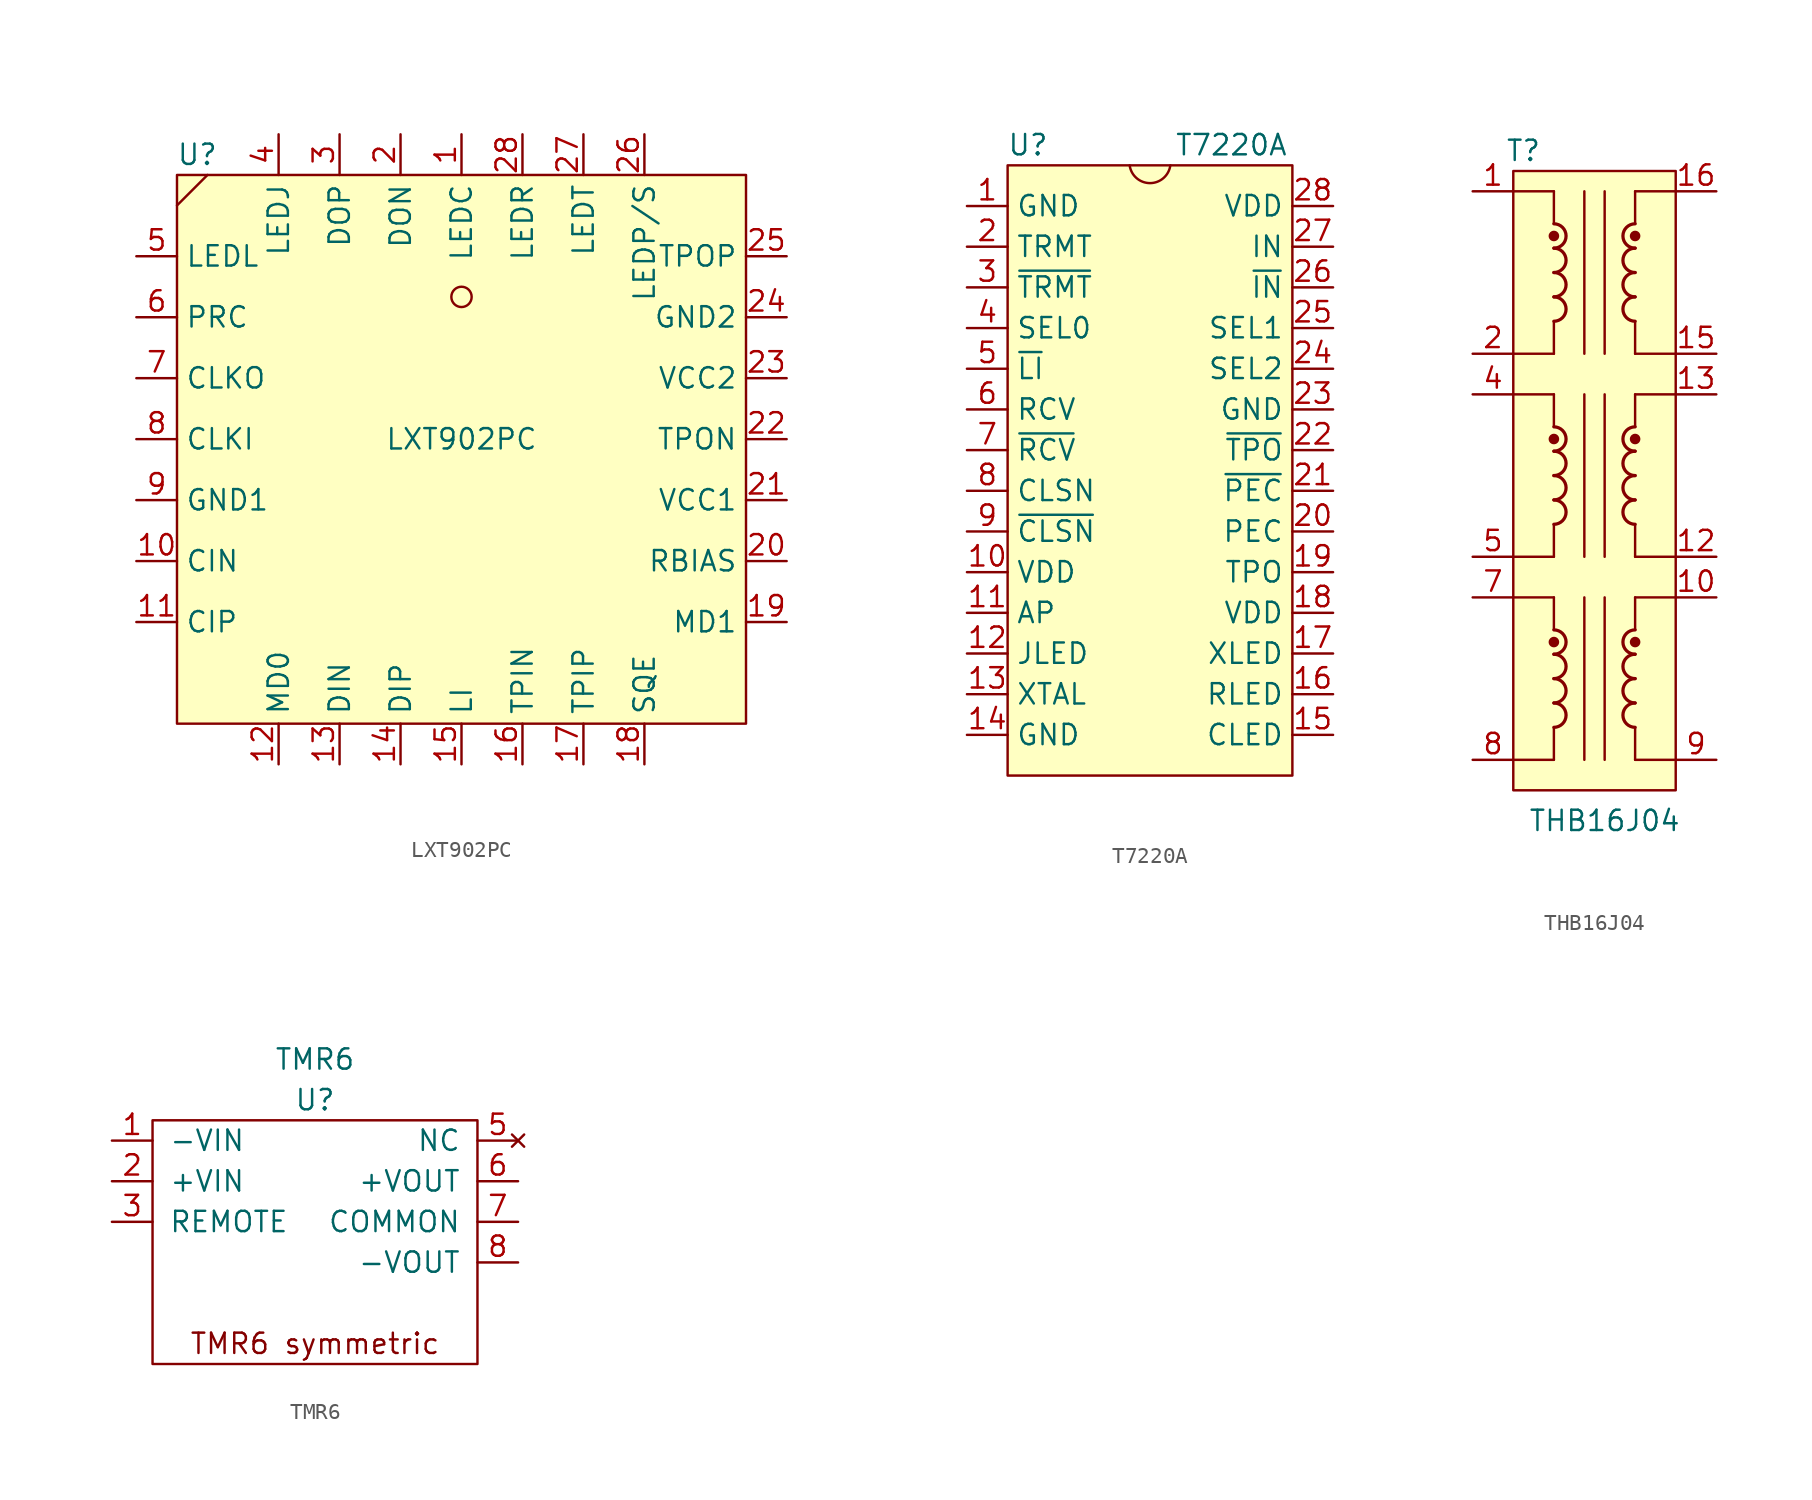
<source format=kicad_sym>
(kicad_symbol_lib
  (version 20211014)
  (generator kicad_symbol_editor)
  (symbol "LXT902PC"
    (property "Reference" "U"
      (at -16.51 1.27 0)
      (effects (font (size 1.27 1.27))))
    (property "Value" "LXT902PC"
      (at 0 -16.51 0)
      (effects (font (size 1.27 1.27))))
    (symbol "LXT902PC_0_1"
      (rectangle (start -17.78 0) (end 17.78 -34.29) (stroke (width 0) (type default) (color 0 0 0 0)) (fill (type background)))
      (circle (center 0 -7.62) (radius 0.635) (stroke (width 0) (type default) (color 0 0 0 0)) (fill (type none)))
      (polyline (pts (xy -17.78 -1.905) (xy -15.875 0)) (stroke (width 0) (type default) (color 0 0 0 0)) (fill (type none))))
    (symbol "LXT902PC_1_1"
      (pin output line (at 0 2.54 270) (length 2.54) (name "LEDC" (effects (font (size 1.27 1.27)))) (number "1" (effects (font (size 1.27 1.27)))))
      (pin output line (at -20.32 -24.13 0) (length 2.54) (name "CIN" (effects (font (size 1.27 1.27)))) (number "10" (effects (font (size 1.27 1.27)))))
      (pin output line (at -20.32 -27.94 0) (length 2.54) (name "CIP" (effects (font (size 1.27 1.27)))) (number "11" (effects (font (size 1.27 1.27)))))
      (pin input line (at -11.43 -36.83 90) (length 2.54) (name "MD0" (effects (font (size 1.27 1.27)))) (number "12" (effects (font (size 1.27 1.27)))))
      (pin output line (at -7.62 -36.83 90) (length 2.54) (name "DIN" (effects (font (size 1.27 1.27)))) (number "13" (effects (font (size 1.27 1.27)))))
      (pin output line (at -3.81 -36.83 90) (length 2.54) (name "DIP" (effects (font (size 1.27 1.27)))) (number "14" (effects (font (size 1.27 1.27)))))
      (pin input line (at 0 -36.83 90) (length 2.54) (name "LI" (effects (font (size 1.27 1.27)))) (number "15" (effects (font (size 1.27 1.27)))))
      (pin input line (at 3.81 -36.83 90) (length 2.54) (name "TPIN" (effects (font (size 1.27 1.27)))) (number "16" (effects (font (size 1.27 1.27)))))
      (pin input line (at 7.62 -36.83 90) (length 2.54) (name "TPIP" (effects (font (size 1.27 1.27)))) (number "17" (effects (font (size 1.27 1.27)))))
      (pin input line (at 11.43 -36.83 90) (length 2.54) (name "SQE" (effects (font (size 1.27 1.27)))) (number "18" (effects (font (size 1.27 1.27)))))
      (pin input line (at 20.32 -27.94 180) (length 2.54) (name "MD1" (effects (font (size 1.27 1.27)))) (number "19" (effects (font (size 1.27 1.27)))))
      (pin input line (at -3.81 2.54 270) (length 2.54) (name "DON" (effects (font (size 1.27 1.27)))) (number "2" (effects (font (size 1.27 1.27)))))
      (pin output line (at 20.32 -24.13 180) (length 2.54) (name "RBIAS" (effects (font (size 1.27 1.27)))) (number "20" (effects (font (size 1.27 1.27)))))
      (pin power_in line (at 20.32 -20.32 180) (length 2.54) (name "VCC1" (effects (font (size 1.27 1.27)))) (number "21" (effects (font (size 1.27 1.27)))))
      (pin output line (at 20.32 -16.51 180) (length 2.54) (name "TPON" (effects (font (size 1.27 1.27)))) (number "22" (effects (font (size 1.27 1.27)))))
      (pin power_in line (at 20.32 -12.7 180) (length 2.54) (name "VCC2" (effects (font (size 1.27 1.27)))) (number "23" (effects (font (size 1.27 1.27)))))
      (pin power_in line (at 20.32 -8.89 180) (length 2.54) (name "GND2" (effects (font (size 1.27 1.27)))) (number "24" (effects (font (size 1.27 1.27)))))
      (pin output line (at 20.32 -5.08 180) (length 2.54) (name "TPOP" (effects (font (size 1.27 1.27)))) (number "25" (effects (font (size 1.27 1.27)))))
      (pin output line (at 11.43 2.54 270) (length 2.54) (name "LEDP/S" (effects (font (size 1.27 1.27)))) (number "26" (effects (font (size 1.27 1.27)))))
      (pin output line (at 7.62 2.54 270) (length 2.54) (name "LEDT" (effects (font (size 1.27 1.27)))) (number "27" (effects (font (size 1.27 1.27)))))
      (pin output line (at 3.81 2.54 270) (length 2.54) (name "LEDR" (effects (font (size 1.27 1.27)))) (number "28" (effects (font (size 1.27 1.27)))))
      (pin input line (at -7.62 2.54 270) (length 2.54) (name "DOP" (effects (font (size 1.27 1.27)))) (number "3" (effects (font (size 1.27 1.27)))))
      (pin output line (at -11.43 2.54 270) (length 2.54) (name "LEDJ" (effects (font (size 1.27 1.27)))) (number "4" (effects (font (size 1.27 1.27)))))
      (pin output line (at -20.32 -5.08 0) (length 2.54) (name "LEDL" (effects (font (size 1.27 1.27)))) (number "5" (effects (font (size 1.27 1.27)))))
      (pin input line (at -20.32 -8.89 0) (length 2.54) (name "PRC" (effects (font (size 1.27 1.27)))) (number "6" (effects (font (size 1.27 1.27)))))
      (pin output line (at -20.32 -12.7 0) (length 2.54) (name "CLKO" (effects (font (size 1.27 1.27)))) (number "7" (effects (font (size 1.27 1.27)))))
      (pin input line (at -20.32 -16.51 0) (length 2.54) (name "CLKI" (effects (font (size 1.27 1.27)))) (number "8" (effects (font (size 1.27 1.27)))))
      (pin power_in line (at -20.32 -20.32 0) (length 2.54) (name "GND1" (effects (font (size 1.27 1.27)))) (number "9" (effects (font (size 1.27 1.27)))))))
  (symbol "T7220A"
    (property "Reference" "U"
      (at -7.62 0 0)
      (effects (font (size 1.27 1.27))))
    (property "Value" "T7220A"
      (at 5.08 0 0)
      (effects (font (size 1.27 1.27))))
    (symbol "T7220A_0_1"
      (rectangle (start -8.89 -1.27) (end 8.89 -39.37) (stroke (width 0) (type default) (color 0 0 0 0)) (fill (type background)))
      (arc (start -1.27 -1.27) (mid 0 -2.3802) (end 1.27 -1.27) (stroke (width 0) (type default) (color 0 0 0 0)) (fill (type none))))
    (symbol "T7220A_1_1"
      (pin power_in line (at -11.43 -3.81 0) (length 2.54) (name "GND" (effects (font (size 1.27 1.27)))) (number "1" (effects (font (size 1.27 1.27)))))
      (pin power_in line (at -11.43 -26.67 0) (length 2.54) (name "VDD" (effects (font (size 1.27 1.27)))) (number "10" (effects (font (size 1.27 1.27)))))
      (pin bidirectional line (at -11.43 -29.21 0) (length 2.54) (name "AP" (effects (font (size 1.27 1.27)))) (number "11" (effects (font (size 1.27 1.27)))))
      (pin output line (at -11.43 -31.75 0) (length 2.54) (name "JLED" (effects (font (size 1.27 1.27)))) (number "12" (effects (font (size 1.27 1.27)))))
      (pin input line (at -11.43 -34.29 0) (length 2.54) (name "XTAL" (effects (font (size 1.27 1.27)))) (number "13" (effects (font (size 1.27 1.27)))))
      (pin power_in line (at -11.43 -36.83 0) (length 2.54) (name "GND" (effects (font (size 1.27 1.27)))) (number "14" (effects (font (size 1.27 1.27)))))
      (pin output line (at 11.43 -36.83 180) (length 2.54) (name "CLED" (effects (font (size 1.27 1.27)))) (number "15" (effects (font (size 1.27 1.27)))))
      (pin output line (at 11.43 -34.29 180) (length 2.54) (name "RLED" (effects (font (size 1.27 1.27)))) (number "16" (effects (font (size 1.27 1.27)))))
      (pin output line (at 11.43 -31.75 180) (length 2.54) (name "XLED" (effects (font (size 1.27 1.27)))) (number "17" (effects (font (size 1.27 1.27)))))
      (pin power_in line (at 11.43 -29.21 180) (length 2.54) (name "VDD" (effects (font (size 1.27 1.27)))) (number "18" (effects (font (size 1.27 1.27)))))
      (pin output line (at 11.43 -26.67 180) (length 2.54) (name "TPO" (effects (font (size 1.27 1.27)))) (number "19" (effects (font (size 1.27 1.27)))))
      (pin input line (at -11.43 -6.35 0) (length 2.54) (name "TRMT" (effects (font (size 1.27 1.27)))) (number "2" (effects (font (size 1.27 1.27)))))
      (pin output line (at 11.43 -24.13 180) (length 2.54) (name "PEC" (effects (font (size 1.27 1.27)))) (number "20" (effects (font (size 1.27 1.27)))))
      (pin output line (at 11.43 -21.59 180) (length 2.54) (name "~{PEC}" (effects (font (size 1.27 1.27)))) (number "21" (effects (font (size 1.27 1.27)))))
      (pin output line (at 11.43 -19.05 180) (length 2.54) (name "~{TPO}" (effects (font (size 1.27 1.27)))) (number "22" (effects (font (size 1.27 1.27)))))
      (pin power_in line (at 11.43 -16.51 180) (length 2.54) (name "GND" (effects (font (size 1.27 1.27)))) (number "23" (effects (font (size 1.27 1.27)))))
      (pin input line (at 11.43 -13.97 180) (length 2.54) (name "SEL2" (effects (font (size 1.27 1.27)))) (number "24" (effects (font (size 1.27 1.27)))))
      (pin input line (at 11.43 -11.43 180) (length 2.54) (name "SEL1" (effects (font (size 1.27 1.27)))) (number "25" (effects (font (size 1.27 1.27)))))
      (pin input line (at 11.43 -8.89 180) (length 2.54) (name "~{IN}" (effects (font (size 1.27 1.27)))) (number "26" (effects (font (size 1.27 1.27)))))
      (pin input line (at 11.43 -6.35 180) (length 2.54) (name "IN" (effects (font (size 1.27 1.27)))) (number "27" (effects (font (size 1.27 1.27)))))
      (pin power_in line (at 11.43 -3.81 180) (length 2.54) (name "VDD" (effects (font (size 1.27 1.27)))) (number "28" (effects (font (size 1.27 1.27)))))
      (pin input line (at -11.43 -8.89 0) (length 2.54) (name "~{TRMT}" (effects (font (size 1.27 1.27)))) (number "3" (effects (font (size 1.27 1.27)))))
      (pin input line (at -11.43 -11.43 0) (length 2.54) (name "SEL0" (effects (font (size 1.27 1.27)))) (number "4" (effects (font (size 1.27 1.27)))))
      (pin bidirectional line (at -11.43 -13.97 0) (length 2.54) (name "~{LI}" (effects (font (size 1.27 1.27)))) (number "5" (effects (font (size 1.27 1.27)))))
      (pin output line (at -11.43 -16.51 0) (length 2.54) (name "RCV" (effects (font (size 1.27 1.27)))) (number "6" (effects (font (size 1.27 1.27)))))
      (pin output line (at -11.43 -19.05 0) (length 2.54) (name "~{RCV}" (effects (font (size 1.27 1.27)))) (number "7" (effects (font (size 1.27 1.27)))))
      (pin output line (at -11.43 -21.59 0) (length 2.54) (name "CLSN" (effects (font (size 1.27 1.27)))) (number "8" (effects (font (size 1.27 1.27)))))
      (pin output line (at -11.43 -24.13 0) (length 2.54) (name "~{CLSN}" (effects (font (size 1.27 1.27)))) (number "9" (effects (font (size 1.27 1.27)))))))
  (symbol "THB16J04"
    (pin_names hide)
    (property "Reference" "T"
      (at -4.445 7.62 0)
      (effects (font (size 1.27 1.27))))
    (property "Value" "THB16J04"
      (at 0.635 -34.29 0)
      (effects (font (size 1.27 1.27))))
    (symbol "THB16J04_0_1"
      (rectangle (start -5.08 6.35) (end 5.08 -32.385) (stroke (width 0) (type default) (color 0 0 0 0)) (fill (type background)))
      (arc (start -2.54 -28.448) (mid -1.778 -27.686) (end -2.54 -26.924) (stroke (width 0.2032) (type default) (color 0 0 0 0)) (fill (type none)))
      (arc (start -2.54 -26.924) (mid -1.778 -26.162) (end -2.54 -25.4) (stroke (width 0.2032) (type default) (color 0 0 0 0)) (fill (type none)))
      (arc (start -2.54 -25.4) (mid -1.778 -24.638) (end -2.54 -23.876) (stroke (width 0.2032) (type default) (color 0 0 0 0)) (fill (type none)))
      (circle (center -2.54 -23.114) (radius 0.254) (stroke (width 0) (type default) (color 0 0 0 0)) (fill (type outline)))
      (arc (start -2.54 -15.748) (mid -1.778 -14.986) (end -2.54 -14.224) (stroke (width 0.2032) (type default) (color 0 0 0 0)) (fill (type none)))
      (arc (start -2.54 -14.224) (mid -1.778 -13.462) (end -2.54 -12.7) (stroke (width 0.2032) (type default) (color 0 0 0 0)) (fill (type none)))
      (arc (start -2.54 -12.7) (mid -1.778 -11.938) (end -2.54 -11.176) (stroke (width 0.2032) (type default) (color 0 0 0 0)) (fill (type none)))
      (circle (center -2.54 -10.414) (radius 0.254) (stroke (width 0) (type default) (color 0 0 0 0)) (fill (type outline)))
      (arc (start -2.54 -3.048) (mid -1.778 -2.286) (end -2.54 -1.524) (stroke (width 0.2032) (type default) (color 0 0 0 0)) (fill (type none)))
      (arc (start -2.54 -1.524) (mid -1.778 -0.762) (end -2.54 0) (stroke (width 0.2032) (type default) (color 0 0 0 0)) (fill (type none)))
      (arc (start -2.54 0) (mid -1.778 0.762) (end -2.54 1.524) (stroke (width 0.2032) (type default) (color 0 0 0 0)) (fill (type none)))
      (circle (center -2.54 2.286) (radius 0.254) (stroke (width 0) (type default) (color 0 0 0 0)) (fill (type outline)))
      (polyline (pts (xy -2.54 -30.48) (xy -5.08 -30.48)) (stroke (width 0) (type default) (color 0 0 0 0)) (fill (type none)))
      (polyline (pts (xy -2.54 -28.448) (xy -2.54 -30.48)) (stroke (width 0) (type default) (color 0 0 0 0)) (fill (type none)))
      (polyline (pts (xy -2.54 -20.32) (xy -5.08 -20.32)) (stroke (width 0) (type default) (color 0 0 0 0)) (fill (type none)))
      (polyline (pts (xy -2.54 -20.32) (xy -2.54 -22.352)) (stroke (width 0) (type default) (color 0 0 0 0)) (fill (type none)))
      (polyline (pts (xy -2.54 -17.78) (xy -5.08 -17.78)) (stroke (width 0) (type default) (color 0 0 0 0)) (fill (type none)))
      (polyline (pts (xy -2.54 -15.748) (xy -2.54 -17.78)) (stroke (width 0) (type default) (color 0 0 0 0)) (fill (type none)))
      (polyline (pts (xy -2.54 -7.62) (xy -5.08 -7.62)) (stroke (width 0) (type default) (color 0 0 0 0)) (fill (type none)))
      (polyline (pts (xy -2.54 -7.62) (xy -2.54 -9.652)) (stroke (width 0) (type default) (color 0 0 0 0)) (fill (type none)))
      (polyline (pts (xy -2.54 -5.08) (xy -5.08 -5.08)) (stroke (width 0) (type default) (color 0 0 0 0)) (fill (type none)))
      (polyline (pts (xy -2.54 -3.048) (xy -2.54 -5.08)) (stroke (width 0) (type default) (color 0 0 0 0)) (fill (type none)))
      (polyline (pts (xy -2.54 5.08) (xy -5.08 5.08)) (stroke (width 0) (type default) (color 0 0 0 0)) (fill (type none)))
      (polyline (pts (xy -2.54 5.08) (xy -2.54 3.048)) (stroke (width 0) (type default) (color 0 0 0 0)) (fill (type none)))
      (polyline (pts (xy -0.635 -20.32) (xy -0.635 -30.48)) (stroke (width 0) (type default) (color 0 0 0 0)) (fill (type none)))
      (polyline (pts (xy -0.635 -7.62) (xy -0.635 -17.78)) (stroke (width 0) (type default) (color 0 0 0 0)) (fill (type none)))
      (polyline (pts (xy -0.635 5.08) (xy -0.635 -5.08)) (stroke (width 0) (type default) (color 0 0 0 0)) (fill (type none)))
      (polyline (pts (xy 0.635 -20.32) (xy 0.635 -30.48)) (stroke (width 0) (type default) (color 0 0 0 0)) (fill (type none)))
      (polyline (pts (xy 0.635 -7.62) (xy 0.635 -17.78)) (stroke (width 0) (type default) (color 0 0 0 0)) (fill (type none)))
      (polyline (pts (xy 0.635 5.08) (xy 0.635 -5.08)) (stroke (width 0) (type default) (color 0 0 0 0)) (fill (type none)))
      (polyline (pts (xy 2.54 -28.448) (xy 2.54 -30.48)) (stroke (width 0) (type default) (color 0 0 0 0)) (fill (type none)))
      (polyline (pts (xy 2.54 -20.32) (xy 2.54 -22.352)) (stroke (width 0) (type default) (color 0 0 0 0)) (fill (type none)))
      (polyline (pts (xy 2.54 -15.748) (xy 2.54 -17.78)) (stroke (width 0) (type default) (color 0 0 0 0)) (fill (type none)))
      (polyline (pts (xy 2.54 -7.62) (xy 2.54 -9.652)) (stroke (width 0) (type default) (color 0 0 0 0)) (fill (type none)))
      (polyline (pts (xy 2.54 -3.048) (xy 2.54 -5.08)) (stroke (width 0) (type default) (color 0 0 0 0)) (fill (type none)))
      (polyline (pts (xy 2.54 5.08) (xy 2.54 3.048)) (stroke (width 0) (type default) (color 0 0 0 0)) (fill (type none)))
      (polyline (pts (xy 2.54 5.08) (xy 5.08 5.08)) (stroke (width 0) (type default) (color 0 0 0 0)) (fill (type none)))
      (polyline (pts (xy 5.08 -30.48) (xy 2.54 -30.48)) (stroke (width 0) (type default) (color 0 0 0 0)) (fill (type none)))
      (polyline (pts (xy 5.08 -20.32) (xy 2.54 -20.32)) (stroke (width 0) (type default) (color 0 0 0 0)) (fill (type none)))
      (polyline (pts (xy 5.08 -17.78) (xy 2.54 -17.78)) (stroke (width 0) (type default) (color 0 0 0 0)) (fill (type none)))
      (polyline (pts (xy 5.08 -7.62) (xy 2.54 -7.62)) (stroke (width 0) (type default) (color 0 0 0 0)) (fill (type none)))
      (polyline (pts (xy 5.08 -5.08) (xy 2.54 -5.08)) (stroke (width 0) (type default) (color 0 0 0 0)) (fill (type none)))
      (arc (start 2.54 -26.924) (mid 1.778 -27.686) (end 2.54 -28.448) (stroke (width 0.2032) (type default) (color 0 0 0 0)) (fill (type none)))
      (arc (start 2.54 -25.4) (mid 1.778 -26.162) (end 2.54 -26.924) (stroke (width 0.2032) (type default) (color 0 0 0 0)) (fill (type none)))
      (arc (start 2.54 -23.876) (mid 1.778 -24.638) (end 2.54 -25.4) (stroke (width 0.2032) (type default) (color 0 0 0 0)) (fill (type none)))
      (circle (center 2.54 -23.114) (radius 0.254) (stroke (width 0) (type default) (color 0 0 0 0)) (fill (type outline)))
      (arc (start 2.54 -22.352) (mid 1.778 -23.114) (end 2.54 -23.876) (stroke (width 0.2032) (type default) (color 0 0 0 0)) (fill (type none)))
      (arc (start 2.54 -14.224) (mid 1.778 -14.986) (end 2.54 -15.748) (stroke (width 0.2032) (type default) (color 0 0 0 0)) (fill (type none)))
      (arc (start 2.54 -12.7) (mid 1.778 -13.462) (end 2.54 -14.224) (stroke (width 0.2032) (type default) (color 0 0 0 0)) (fill (type none)))
      (arc (start 2.54 -11.176) (mid 1.778 -11.938) (end 2.54 -12.7) (stroke (width 0.2032) (type default) (color 0 0 0 0)) (fill (type none)))
      (circle (center 2.54 -10.414) (radius 0.254) (stroke (width 0) (type default) (color 0 0 0 0)) (fill (type outline)))
      (arc (start 2.54 -9.652) (mid 1.778 -10.414) (end 2.54 -11.176) (stroke (width 0.2032) (type default) (color 0 0 0 0)) (fill (type none)))
      (arc (start 2.54 -1.524) (mid 1.778 -2.286) (end 2.54 -3.048) (stroke (width 0.2032) (type default) (color 0 0 0 0)) (fill (type none)))
      (arc (start 2.54 0) (mid 1.778 -0.762) (end 2.54 -1.524) (stroke (width 0.2032) (type default) (color 0 0 0 0)) (fill (type none)))
      (arc (start 2.54 1.524) (mid 1.778 0.762) (end 2.54 0) (stroke (width 0.2032) (type default) (color 0 0 0 0)) (fill (type none)))
      (circle (center 2.54 2.286) (radius 0.254) (stroke (width 0) (type default) (color 0 0 0 0)) (fill (type outline)))
      (arc (start 2.54 3.048) (mid 1.778 2.286) (end 2.54 1.524) (stroke (width 0.2032) (type default) (color 0 0 0 0)) (fill (type none))))
    (symbol "THB16J04_1_1"
      (arc (start -2.54 -23.876) (mid -1.778 -23.114) (end -2.54 -22.352) (stroke (width 0.2032) (type default) (color 0 0 0 0)) (fill (type none)))
      (arc (start -2.54 -11.176) (mid -1.778 -10.414) (end -2.54 -9.652) (stroke (width 0.2032) (type default) (color 0 0 0 0)) (fill (type none)))
      (arc (start -2.54 1.524) (mid -1.778 2.286) (end -2.54 3.048) (stroke (width 0.2032) (type default) (color 0 0 0 0)) (fill (type none)))
      (pin passive line (at -7.62 5.08 0) (length 2.54) (name "~" (effects (font (size 1.27 1.27)))) (number "1" (effects (font (size 1.27 1.27)))))
      (pin passive line (at 7.62 -20.32 180) (length 2.54) (name "~" (effects (font (size 1.27 1.27)))) (number "10" (effects (font (size 1.27 1.27)))))
      (pin passive line (at 7.62 -17.78 180) (length 2.54) (name "~" (effects (font (size 1.27 1.27)))) (number "12" (effects (font (size 1.27 1.27)))))
      (pin passive line (at 7.62 -7.62 180) (length 2.54) (name "~" (effects (font (size 1.27 1.27)))) (number "13" (effects (font (size 1.27 1.27)))))
      (pin passive line (at 7.62 -5.08 180) (length 2.54) (name "~" (effects (font (size 1.27 1.27)))) (number "15" (effects (font (size 1.27 1.27)))))
      (pin passive line (at 7.62 5.08 180) (length 2.54) (name "~" (effects (font (size 1.27 1.27)))) (number "16" (effects (font (size 1.27 1.27)))))
      (pin passive line (at -7.62 -5.08 0) (length 2.54) (name "~" (effects (font (size 1.27 1.27)))) (number "2" (effects (font (size 1.27 1.27)))))
      (pin passive line (at -7.62 -7.62 0) (length 2.54) (name "~" (effects (font (size 1.27 1.27)))) (number "4" (effects (font (size 1.27 1.27)))))
      (pin passive line (at -7.62 -17.78 0) (length 2.54) (name "~" (effects (font (size 1.27 1.27)))) (number "5" (effects (font (size 1.27 1.27)))))
      (pin passive line (at -7.62 -20.32 0) (length 2.54) (name "~" (effects (font (size 1.27 1.27)))) (number "7" (effects (font (size 1.27 1.27)))))
      (pin passive line (at -7.62 -30.48 0) (length 2.54) (name "~" (effects (font (size 1.27 1.27)))) (number "8" (effects (font (size 1.27 1.27)))))
      (pin passive line (at 7.62 -30.48 180) (length 2.54) (name "~" (effects (font (size 1.27 1.27)))) (number "9" (effects (font (size 1.27 1.27)))))))
  (symbol "TMR6"
    (pin_names
      (offset 1.016))
    (property "Reference" "U"
      (at 0 0 0)
      (effects (font (size 1.27 1.27))))
    (property "Value" "TMR6"
      (at 0 2.54 0)
      (effects (font (size 1.27 1.27))))
    (symbol "TMR6_0_0"
      (text "TMR6 symmetric" (at 0 -15.24 0) (effects (font (size 1.27 1.27)))))
    (symbol "TMR6_0_1"
      (rectangle (start 10.16 -16.51) (end -10.16 -1.27) (stroke (width 0) (type default) (color 0 0 0 0)) (fill (type none))))
    (symbol "TMR6_1_1"
      (pin input line (at -12.7 -2.54 0) (length 2.54) (name "-VIN" (effects (font (size 1.27 1.27)))) (number "1" (effects (font (size 1.27 1.27)))))
      (pin input line (at -12.7 -5.08 0) (length 2.54) (name "+VIN" (effects (font (size 1.27 1.27)))) (number "2" (effects (font (size 1.27 1.27)))))
      (pin input line (at -12.7 -7.62 0) (length 2.54) (name "REMOTE" (effects (font (size 1.27 1.27)))) (number "3" (effects (font (size 1.27 1.27)))))
      (pin no_connect line (at 12.7 -2.54 180) (length 2.54) (name "NC" (effects (font (size 1.27 1.27)))) (number "5" (effects (font (size 1.27 1.27)))))
      (pin output line (at 12.7 -5.08 180) (length 2.54) (name "+VOUT" (effects (font (size 1.27 1.27)))) (number "6" (effects (font (size 1.27 1.27)))))
      (pin output line (at 12.7 -7.62 180) (length 2.54) (name "COMMON" (effects (font (size 1.27 1.27)))) (number "7" (effects (font (size 1.27 1.27)))))
      (pin output line (at 12.7 -10.16 180) (length 2.54) (name "-VOUT" (effects (font (size 1.27 1.27)))) (number "8" (effects (font (size 1.27 1.27))))))))
</source>
